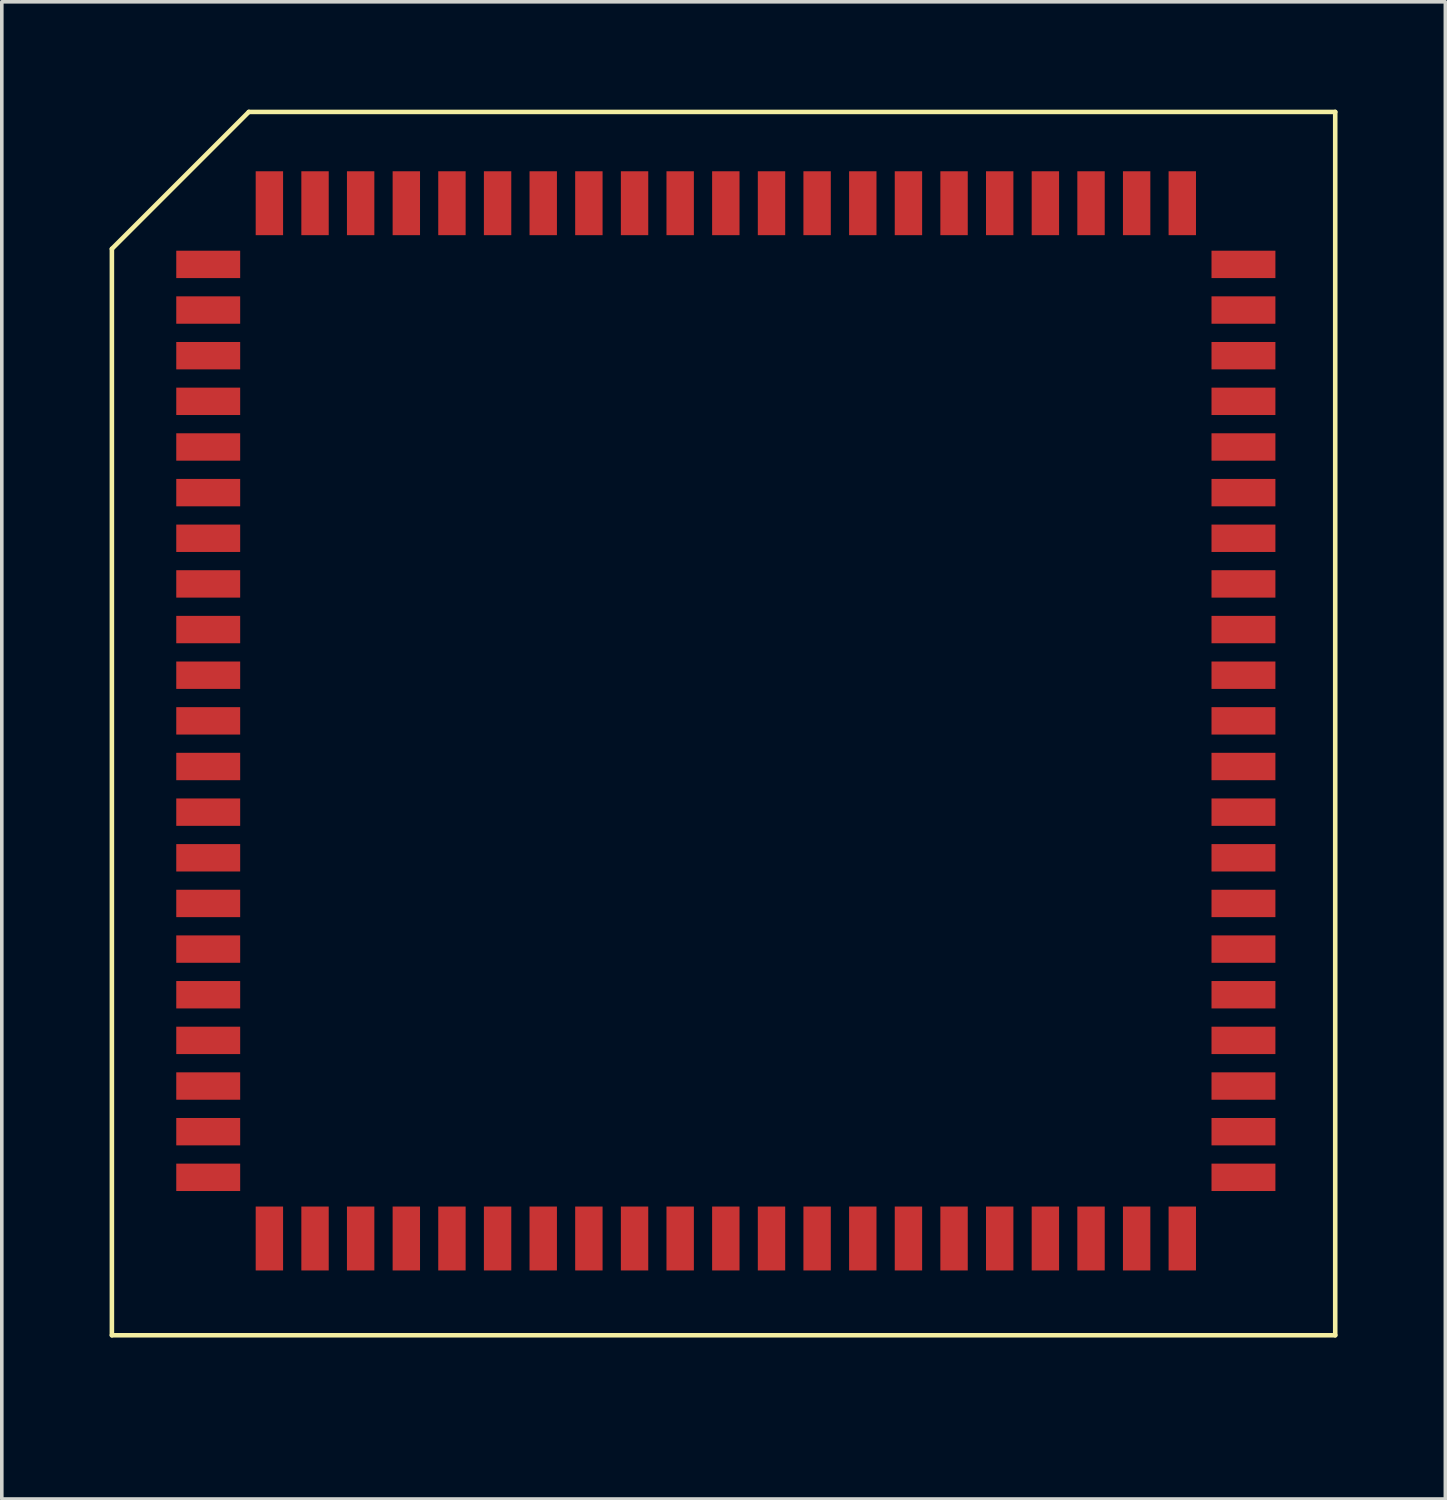
<source format=kicad_pcb>
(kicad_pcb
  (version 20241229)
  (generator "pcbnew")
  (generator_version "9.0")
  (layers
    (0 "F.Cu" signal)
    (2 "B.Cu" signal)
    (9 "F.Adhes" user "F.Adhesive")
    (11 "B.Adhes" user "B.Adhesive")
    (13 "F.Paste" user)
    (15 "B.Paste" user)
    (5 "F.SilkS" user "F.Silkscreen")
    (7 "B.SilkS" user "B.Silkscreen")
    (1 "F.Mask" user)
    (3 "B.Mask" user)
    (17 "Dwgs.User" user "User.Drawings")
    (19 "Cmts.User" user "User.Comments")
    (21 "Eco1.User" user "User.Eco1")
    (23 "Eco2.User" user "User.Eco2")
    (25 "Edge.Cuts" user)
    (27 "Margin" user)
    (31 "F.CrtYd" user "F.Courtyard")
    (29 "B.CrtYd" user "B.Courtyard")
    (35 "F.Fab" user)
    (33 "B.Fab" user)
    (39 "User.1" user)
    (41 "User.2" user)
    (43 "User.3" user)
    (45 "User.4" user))
  (footprint "JLCC84"
    (layer "F.Cu")
    (at 14.287 10.986)
    (property "Reference" "JLCC84" (at 0 0 0) (layer "Cmts.User") (effects (font (size 0.001 0.001) (thickness 0.000001))))
    (attr through_hole)
    (fp_line (start -14.224 -7.112) (end -10.414 -10.922) (stroke (width 0.127) (type solid)) (layer "F.SilkS"))
    (fp_line (start -14.224 23.114) (end -14.224 -7.112) (stroke (width 0.127) (type solid)) (layer "F.SilkS"))
    (fp_line (start -10.414 -10.922) (end 19.812 -10.922) (stroke (width 0.127) (type solid)) (layer "F.SilkS"))
    (fp_line (start 19.812 -10.922) (end 19.812 23.114) (stroke (width 0.127) (type solid)) (layer "F.SilkS"))
    (fp_line (start 19.812 23.114) (end -14.224 23.114) (stroke (width 0.127) (type solid)) (layer "F.SilkS"))
    (fp_line (start -11.798 -7.442) (end -11.798 -5.918) (stroke (width 0.127) (type solid)) (layer "F.Paste"))
    (fp_line (start -11.798 -5.918) (end -11.29 -5.918) (stroke (width 0.127) (type solid)) (layer "F.Paste"))
    (fp_line (start -11.798 -4.902) (end -11.798 -3.378) (stroke (width 0.127) (type solid)) (layer "F.Paste"))
    (fp_line (start -11.798 -3.378) (end -11.29 -3.378) (stroke (width 0.127) (type solid)) (layer "F.Paste"))
    (fp_line (start -11.798 -2.362) (end -11.798 -0.838) (stroke (width 0.127) (type solid)) (layer "F.Paste"))
    (fp_line (start -11.798 -0.838) (end -11.29 -0.838) (stroke (width 0.127) (type solid)) (layer "F.Paste"))
    (fp_line (start -11.798 0.178) (end -11.798 1.702) (stroke (width 0.127) (type solid)) (layer "F.Paste"))
    (fp_line (start -11.798 1.702) (end -11.29 1.702) (stroke (width 0.127) (type solid)) (layer "F.Paste"))
    (fp_line (start -11.798 2.718) (end -11.798 4.239) (stroke (width 0.127) (type solid)) (layer "F.Paste"))
    (fp_line (start -11.798 4.239) (end -11.29 4.239) (stroke (width 0.127) (type solid)) (layer "F.Paste"))
    (fp_line (start -11.798 5.258) (end -11.798 6.782) (stroke (width 0.127) (type solid)) (layer "F.Paste"))
    (fp_line (start -11.798 6.782) (end -11.29 6.782) (stroke (width 0.127) (type solid)) (layer "F.Paste"))
    (fp_line (start -11.798 7.798) (end -11.798 9.322) (stroke (width 0.127) (type solid)) (layer "F.Paste"))
    (fp_line (start -11.798 9.322) (end -11.29 9.322) (stroke (width 0.127) (type solid)) (layer "F.Paste"))
    (fp_line (start -11.798 10.338) (end -11.798 11.862) (stroke (width 0.127) (type solid)) (layer "F.Paste"))
    (fp_line (start -11.798 11.862) (end -11.29 11.862) (stroke (width 0.127) (type solid)) (layer "F.Paste"))
    (fp_line (start -11.798 12.878) (end -11.798 14.402) (stroke (width 0.127) (type solid)) (layer "F.Paste"))
    (fp_line (start -11.798 14.402) (end -11.29 14.402) (stroke (width 0.127) (type solid)) (layer "F.Paste"))
    (fp_line (start -11.798 15.418) (end -11.798 16.942) (stroke (width 0.127) (type solid)) (layer "F.Paste"))
    (fp_line (start -11.798 16.942) (end -11.29 16.942) (stroke (width 0.127) (type solid)) (layer "F.Paste"))
    (fp_line (start -11.798 17.958) (end -11.798 19.482) (stroke (width 0.127) (type solid)) (layer "F.Paste"))
    (fp_line (start -11.798 19.482) (end -11.29 19.482) (stroke (width 0.127) (type solid)) (layer "F.Paste"))
    (fp_line (start -11.29 -7.442) (end -11.798 -7.442) (stroke (width 0.127) (type solid)) (layer "F.Paste"))
    (fp_line (start -11.29 -5.918) (end -11.29 -7.442) (stroke (width 0.127) (type solid)) (layer "F.Paste"))
    (fp_line (start -11.29 -4.902) (end -11.798 -4.902) (stroke (width 0.127) (type solid)) (layer "F.Paste"))
    (fp_line (start -11.29 -3.378) (end -11.29 -4.902) (stroke (width 0.127) (type solid)) (layer "F.Paste"))
    (fp_line (start -11.29 -2.362) (end -11.798 -2.362) (stroke (width 0.127) (type solid)) (layer "F.Paste"))
    (fp_line (start -11.29 -0.838) (end -11.29 -2.362) (stroke (width 0.127) (type solid)) (layer "F.Paste"))
    (fp_line (start -11.29 0.178) (end -11.798 0.178) (stroke (width 0.127) (type solid)) (layer "F.Paste"))
    (fp_line (start -11.29 1.702) (end -11.29 0.178) (stroke (width 0.127) (type solid)) (layer "F.Paste"))
    (fp_line (start -11.29 2.718) (end -11.798 2.718) (stroke (width 0.127) (type solid)) (layer "F.Paste"))
    (fp_line (start -11.29 4.239) (end -11.29 2.718) (stroke (width 0.127) (type solid)) (layer "F.Paste"))
    (fp_line (start -11.29 5.258) (end -11.798 5.258) (stroke (width 0.127) (type solid)) (layer "F.Paste"))
    (fp_line (start -11.29 6.782) (end -11.29 5.258) (stroke (width 0.127) (type solid)) (layer "F.Paste"))
    (fp_line (start -11.29 7.798) (end -11.798 7.798) (stroke (width 0.127) (type solid)) (layer "F.Paste"))
    (fp_line (start -11.29 9.322) (end -11.29 7.798) (stroke (width 0.127) (type solid)) (layer "F.Paste"))
    (fp_line (start -11.29 10.338) (end -11.798 10.338) (stroke (width 0.127) (type solid)) (layer "F.Paste"))
    (fp_line (start -11.29 11.862) (end -11.29 10.338) (stroke (width 0.127) (type solid)) (layer "F.Paste"))
    (fp_line (start -11.29 12.878) (end -11.798 12.878) (stroke (width 0.127) (type solid)) (layer "F.Paste"))
    (fp_line (start -11.29 14.402) (end -11.29 12.878) (stroke (width 0.127) (type solid)) (layer "F.Paste"))
    (fp_line (start -11.29 15.418) (end -11.798 15.418) (stroke (width 0.127) (type solid)) (layer "F.Paste"))
    (fp_line (start -11.29 16.942) (end -11.29 15.418) (stroke (width 0.127) (type solid)) (layer "F.Paste"))
    (fp_line (start -11.29 17.958) (end -11.798 17.958) (stroke (width 0.127) (type solid)) (layer "F.Paste"))
    (fp_line (start -11.29 19.482) (end -11.29 17.958) (stroke (width 0.127) (type solid)) (layer "F.Paste"))
    (fp_line (start -10.097 -9.144) (end -10.097 -7.62) (stroke (width 0.127) (type solid)) (layer "F.Paste"))
    (fp_line (start -10.097 -7.62) (end -9.588 -7.62) (stroke (width 0.127) (type solid)) (layer "F.Paste"))
    (fp_line (start -10.097 19.66) (end -10.097 21.184) (stroke (width 0.127) (type solid)) (layer "F.Paste"))
    (fp_line (start -10.097 21.184) (end -9.588 21.184) (stroke (width 0.127) (type solid)) (layer "F.Paste"))
    (fp_line (start -9.588 -9.144) (end -10.097 -9.144) (stroke (width 0.127) (type solid)) (layer "F.Paste"))
    (fp_line (start -9.588 -7.62) (end -9.588 -9.144) (stroke (width 0.127) (type solid)) (layer "F.Paste"))
    (fp_line (start -9.588 19.66) (end -10.097 19.66) (stroke (width 0.127) (type solid)) (layer "F.Paste"))
    (fp_line (start -9.588 21.184) (end -9.588 19.66) (stroke (width 0.127) (type solid)) (layer "F.Paste"))
    (fp_line (start -8.826 -9.144) (end -8.826 -7.62) (stroke (width 0.127) (type solid)) (layer "F.Paste"))
    (fp_line (start -8.826 -7.62) (end -8.319 -7.62) (stroke (width 0.127) (type solid)) (layer "F.Paste"))
    (fp_line (start -8.826 19.66) (end -8.826 21.184) (stroke (width 0.127) (type solid)) (layer "F.Paste"))
    (fp_line (start -8.826 21.184) (end -8.319 21.184) (stroke (width 0.127) (type solid)) (layer "F.Paste"))
    (fp_line (start -8.319 -9.144) (end -8.826 -9.144) (stroke (width 0.127) (type solid)) (layer "F.Paste"))
    (fp_line (start -8.319 -7.62) (end -8.319 -9.144) (stroke (width 0.127) (type solid)) (layer "F.Paste"))
    (fp_line (start -8.319 19.66) (end -8.826 19.66) (stroke (width 0.127) (type solid)) (layer "F.Paste"))
    (fp_line (start -8.319 21.184) (end -8.319 19.66) (stroke (width 0.127) (type solid)) (layer "F.Paste"))
    (fp_line (start -7.556 -9.144) (end -7.556 -7.62) (stroke (width 0.127) (type solid)) (layer "F.Paste"))
    (fp_line (start -7.556 -7.62) (end -7.048 -7.62) (stroke (width 0.127) (type solid)) (layer "F.Paste"))
    (fp_line (start -7.556 19.66) (end -7.556 21.184) (stroke (width 0.127) (type solid)) (layer "F.Paste"))
    (fp_line (start -7.556 21.184) (end -7.048 21.184) (stroke (width 0.127) (type solid)) (layer "F.Paste"))
    (fp_line (start -7.048 -9.144) (end -7.556 -9.144) (stroke (width 0.127) (type solid)) (layer "F.Paste"))
    (fp_line (start -7.048 -7.62) (end -7.048 -9.144) (stroke (width 0.127) (type solid)) (layer "F.Paste"))
    (fp_line (start -7.048 19.66) (end -7.556 19.66) (stroke (width 0.127) (type solid)) (layer "F.Paste"))
    (fp_line (start -7.048 21.184) (end -7.048 19.66) (stroke (width 0.127) (type solid)) (layer "F.Paste"))
    (fp_line (start -6.287 -9.144) (end -6.287 -7.62) (stroke (width 0.127) (type solid)) (layer "F.Paste"))
    (fp_line (start -6.287 -7.62) (end -5.779 -7.62) (stroke (width 0.127) (type solid)) (layer "F.Paste"))
    (fp_line (start -6.287 19.66) (end -6.287 21.184) (stroke (width 0.127) (type solid)) (layer "F.Paste"))
    (fp_line (start -6.287 21.184) (end -5.779 21.184) (stroke (width 0.127) (type solid)) (layer "F.Paste"))
    (fp_line (start -5.779 -9.144) (end -6.287 -9.144) (stroke (width 0.127) (type solid)) (layer "F.Paste"))
    (fp_line (start -5.779 -7.62) (end -5.779 -9.144) (stroke (width 0.127) (type solid)) (layer "F.Paste"))
    (fp_line (start -5.779 19.66) (end -6.287 19.66) (stroke (width 0.127) (type solid)) (layer "F.Paste"))
    (fp_line (start -5.779 21.184) (end -5.779 19.66) (stroke (width 0.127) (type solid)) (layer "F.Paste"))
    (fp_line (start -5.016 -9.144) (end -5.016 -7.62) (stroke (width 0.127) (type solid)) (layer "F.Paste"))
    (fp_line (start -5.016 -7.62) (end -4.508 -7.62) (stroke (width 0.127) (type solid)) (layer "F.Paste"))
    (fp_line (start -5.016 19.66) (end -5.016 21.184) (stroke (width 0.127) (type solid)) (layer "F.Paste"))
    (fp_line (start -5.016 21.184) (end -4.508 21.184) (stroke (width 0.127) (type solid)) (layer "F.Paste"))
    (fp_line (start -4.508 -9.144) (end -5.016 -9.144) (stroke (width 0.127) (type solid)) (layer "F.Paste"))
    (fp_line (start -4.508 -7.62) (end -4.508 -9.144) (stroke (width 0.127) (type solid)) (layer "F.Paste"))
    (fp_line (start -4.508 19.66) (end -5.016 19.66) (stroke (width 0.127) (type solid)) (layer "F.Paste"))
    (fp_line (start -4.508 21.184) (end -4.508 19.66) (stroke (width 0.127) (type solid)) (layer "F.Paste"))
    (fp_line (start -3.747 -9.144) (end -3.747 -7.62) (stroke (width 0.127) (type solid)) (layer "F.Paste"))
    (fp_line (start -3.747 -7.62) (end -3.239 -7.62) (stroke (width 0.127) (type solid)) (layer "F.Paste"))
    (fp_line (start -3.747 19.66) (end -3.747 21.184) (stroke (width 0.127) (type solid)) (layer "F.Paste"))
    (fp_line (start -3.747 21.184) (end -3.239 21.184) (stroke (width 0.127) (type solid)) (layer "F.Paste"))
    (fp_line (start -3.239 -9.144) (end -3.747 -9.144) (stroke (width 0.127) (type solid)) (layer "F.Paste"))
    (fp_line (start -3.239 -7.62) (end -3.239 -9.144) (stroke (width 0.127) (type solid)) (layer "F.Paste"))
    (fp_line (start -3.239 19.66) (end -3.747 19.66) (stroke (width 0.127) (type solid)) (layer "F.Paste"))
    (fp_line (start -3.239 21.184) (end -3.239 19.66) (stroke (width 0.127) (type solid)) (layer "F.Paste"))
    (fp_line (start -2.477 -9.144) (end -2.477 -7.62) (stroke (width 0.127) (type solid)) (layer "F.Paste"))
    (fp_line (start -2.477 -7.62) (end -1.968 -7.62) (stroke (width 0.127) (type solid)) (layer "F.Paste"))
    (fp_line (start -2.477 19.66) (end -2.477 21.184) (stroke (width 0.127) (type solid)) (layer "F.Paste"))
    (fp_line (start -2.477 21.184) (end -1.968 21.184) (stroke (width 0.127) (type solid)) (layer "F.Paste"))
    (fp_line (start -1.968 -9.144) (end -2.477 -9.144) (stroke (width 0.127) (type solid)) (layer "F.Paste"))
    (fp_line (start -1.968 -7.62) (end -1.968 -9.144) (stroke (width 0.127) (type solid)) (layer "F.Paste"))
    (fp_line (start -1.968 19.66) (end -2.477 19.66) (stroke (width 0.127) (type solid)) (layer "F.Paste"))
    (fp_line (start -1.968 21.184) (end -1.968 19.66) (stroke (width 0.127) (type solid)) (layer "F.Paste"))
    (fp_line (start -1.206 -9.144) (end -1.206 -7.62) (stroke (width 0.127) (type solid)) (layer "F.Paste"))
    (fp_line (start -1.206 -7.62) (end -0.699 -7.62) (stroke (width 0.127) (type solid)) (layer "F.Paste"))
    (fp_line (start -1.206 19.66) (end -1.206 21.184) (stroke (width 0.127) (type solid)) (layer "F.Paste"))
    (fp_line (start -1.206 21.184) (end -0.699 21.184) (stroke (width 0.127) (type solid)) (layer "F.Paste"))
    (fp_line (start -0.699 -9.144) (end -1.206 -9.144) (stroke (width 0.127) (type solid)) (layer "F.Paste"))
    (fp_line (start -0.699 -7.62) (end -0.699 -9.144) (stroke (width 0.127) (type solid)) (layer "F.Paste"))
    (fp_line (start -0.699 19.66) (end -1.206 19.66) (stroke (width 0.127) (type solid)) (layer "F.Paste"))
    (fp_line (start -0.699 21.184) (end -0.699 19.66) (stroke (width 0.127) (type solid)) (layer "F.Paste"))
    (fp_line (start 0.064 -9.144) (end 0.064 -7.62) (stroke (width 0.127) (type solid)) (layer "F.Paste"))
    (fp_line (start 0.064 -7.62) (end 0.572 -7.62) (stroke (width 0.127) (type solid)) (layer "F.Paste"))
    (fp_line (start 0.064 19.66) (end 0.064 21.184) (stroke (width 0.127) (type solid)) (layer "F.Paste"))
    (fp_line (start 0.064 21.184) (end 0.572 21.184) (stroke (width 0.127) (type solid)) (layer "F.Paste"))
    (fp_line (start 0.572 -9.144) (end 0.064 -9.144) (stroke (width 0.127) (type solid)) (layer "F.Paste"))
    (fp_line (start 0.572 -7.62) (end 0.572 -9.144) (stroke (width 0.127) (type solid)) (layer "F.Paste"))
    (fp_line (start 0.572 19.66) (end 0.064 19.66) (stroke (width 0.127) (type solid)) (layer "F.Paste"))
    (fp_line (start 0.572 21.184) (end 0.572 19.66) (stroke (width 0.127) (type solid)) (layer "F.Paste"))
    (fp_line (start 1.333 -9.144) (end 1.333 -7.62) (stroke (width 0.127) (type solid)) (layer "F.Paste"))
    (fp_line (start 1.333 -7.62) (end 1.841 -7.62) (stroke (width 0.127) (type solid)) (layer "F.Paste"))
    (fp_line (start 1.333 19.66) (end 1.333 21.184) (stroke (width 0.127) (type solid)) (layer "F.Paste"))
    (fp_line (start 1.333 21.184) (end 1.841 21.184) (stroke (width 0.127) (type solid)) (layer "F.Paste"))
    (fp_line (start 1.841 -9.144) (end 1.333 -9.144) (stroke (width 0.127) (type solid)) (layer "F.Paste"))
    (fp_line (start 1.841 -7.62) (end 1.841 -9.144) (stroke (width 0.127) (type solid)) (layer "F.Paste"))
    (fp_line (start 1.841 19.66) (end 1.333 19.66) (stroke (width 0.127) (type solid)) (layer "F.Paste"))
    (fp_line (start 1.841 21.184) (end 1.841 19.66) (stroke (width 0.127) (type solid)) (layer "F.Paste"))
    (fp_line (start 2.603 -9.144) (end 2.603 -7.62) (stroke (width 0.127) (type solid)) (layer "F.Paste"))
    (fp_line (start 2.603 -7.62) (end 3.111 -7.62) (stroke (width 0.127) (type solid)) (layer "F.Paste"))
    (fp_line (start 2.603 19.66) (end 2.603 21.184) (stroke (width 0.127) (type solid)) (layer "F.Paste"))
    (fp_line (start 2.603 21.184) (end 3.111 21.184) (stroke (width 0.127) (type solid)) (layer "F.Paste"))
    (fp_line (start 3.111 -9.144) (end 2.603 -9.144) (stroke (width 0.127) (type solid)) (layer "F.Paste"))
    (fp_line (start 3.111 -7.62) (end 3.111 -9.144) (stroke (width 0.127) (type solid)) (layer "F.Paste"))
    (fp_line (start 3.111 19.66) (end 2.603 19.66) (stroke (width 0.127) (type solid)) (layer "F.Paste"))
    (fp_line (start 3.111 21.184) (end 3.111 19.66) (stroke (width 0.127) (type solid)) (layer "F.Paste"))
    (fp_line (start 3.873 -9.144) (end 3.873 -7.62) (stroke (width 0.127) (type solid)) (layer "F.Paste"))
    (fp_line (start 3.873 -7.62) (end 4.381 -7.62) (stroke (width 0.127) (type solid)) (layer "F.Paste"))
    (fp_line (start 3.873 19.66) (end 3.873 21.184) (stroke (width 0.127) (type solid)) (layer "F.Paste"))
    (fp_line (start 3.873 21.184) (end 4.381 21.184) (stroke (width 0.127) (type solid)) (layer "F.Paste"))
    (fp_line (start 4.381 -9.144) (end 3.873 -9.144) (stroke (width 0.127) (type solid)) (layer "F.Paste"))
    (fp_line (start 4.381 -7.62) (end 4.381 -9.144) (stroke (width 0.127) (type solid)) (layer "F.Paste"))
    (fp_line (start 4.381 19.66) (end 3.873 19.66) (stroke (width 0.127) (type solid)) (layer "F.Paste"))
    (fp_line (start 4.381 21.184) (end 4.381 19.66) (stroke (width 0.127) (type solid)) (layer "F.Paste"))
    (fp_line (start 5.144 -9.144) (end 5.144 -7.62) (stroke (width 0.127) (type solid)) (layer "F.Paste"))
    (fp_line (start 5.144 -7.62) (end 5.652 -7.62) (stroke (width 0.127) (type solid)) (layer "F.Paste"))
    (fp_line (start 5.144 19.66) (end 5.144 21.184) (stroke (width 0.127) (type solid)) (layer "F.Paste"))
    (fp_line (start 5.144 21.184) (end 5.652 21.184) (stroke (width 0.127) (type solid)) (layer "F.Paste"))
    (fp_line (start 5.652 -9.144) (end 5.144 -9.144) (stroke (width 0.127) (type solid)) (layer "F.Paste"))
    (fp_line (start 5.652 -7.62) (end 5.652 -9.144) (stroke (width 0.127) (type solid)) (layer "F.Paste"))
    (fp_line (start 5.652 19.66) (end 5.144 19.66) (stroke (width 0.127) (type solid)) (layer "F.Paste"))
    (fp_line (start 5.652 21.184) (end 5.652 19.66) (stroke (width 0.127) (type solid)) (layer "F.Paste"))
    (fp_line (start 6.413 -9.144) (end 6.413 -7.62) (stroke (width 0.127) (type solid)) (layer "F.Paste"))
    (fp_line (start 6.413 -7.62) (end 6.921 -7.62) (stroke (width 0.127) (type solid)) (layer "F.Paste"))
    (fp_line (start 6.413 19.66) (end 6.413 21.184) (stroke (width 0.127) (type solid)) (layer "F.Paste"))
    (fp_line (start 6.413 21.184) (end 6.921 21.184) (stroke (width 0.127) (type solid)) (layer "F.Paste"))
    (fp_line (start 6.921 -9.144) (end 6.413 -9.144) (stroke (width 0.127) (type solid)) (layer "F.Paste"))
    (fp_line (start 6.921 -7.62) (end 6.921 -9.144) (stroke (width 0.127) (type solid)) (layer "F.Paste"))
    (fp_line (start 6.921 19.66) (end 6.413 19.66) (stroke (width 0.127) (type solid)) (layer "F.Paste"))
    (fp_line (start 6.921 21.184) (end 6.921 19.66) (stroke (width 0.127) (type solid)) (layer "F.Paste"))
    (fp_line (start 7.684 -9.144) (end 7.684 -7.62) (stroke (width 0.127) (type solid)) (layer "F.Paste"))
    (fp_line (start 7.684 -7.62) (end 8.191 -7.62) (stroke (width 0.127) (type solid)) (layer "F.Paste"))
    (fp_line (start 7.684 19.66) (end 7.684 21.184) (stroke (width 0.127) (type solid)) (layer "F.Paste"))
    (fp_line (start 7.684 21.184) (end 8.191 21.184) (stroke (width 0.127) (type solid)) (layer "F.Paste"))
    (fp_line (start 8.191 -9.144) (end 7.684 -9.144) (stroke (width 0.127) (type solid)) (layer "F.Paste"))
    (fp_line (start 8.191 -7.62) (end 8.191 -9.144) (stroke (width 0.127) (type solid)) (layer "F.Paste"))
    (fp_line (start 8.191 19.66) (end 7.684 19.66) (stroke (width 0.127) (type solid)) (layer "F.Paste"))
    (fp_line (start 8.191 21.184) (end 8.191 19.66) (stroke (width 0.127) (type solid)) (layer "F.Paste"))
    (fp_line (start 8.954 -9.144) (end 8.954 -7.62) (stroke (width 0.127) (type solid)) (layer "F.Paste"))
    (fp_line (start 8.954 -7.62) (end 9.459 -7.62) (stroke (width 0.127) (type solid)) (layer "F.Paste"))
    (fp_line (start 8.954 19.66) (end 8.954 21.184) (stroke (width 0.127) (type solid)) (layer "F.Paste"))
    (fp_line (start 8.954 21.184) (end 9.459 21.184) (stroke (width 0.127) (type solid)) (layer "F.Paste"))
    (fp_line (start 9.459 -9.144) (end 8.954 -9.144) (stroke (width 0.127) (type solid)) (layer "F.Paste"))
    (fp_line (start 9.459 -7.62) (end 9.459 -9.144) (stroke (width 0.127) (type solid)) (layer "F.Paste"))
    (fp_line (start 9.459 19.66) (end 8.954 19.66) (stroke (width 0.127) (type solid)) (layer "F.Paste"))
    (fp_line (start 9.459 21.184) (end 9.459 19.66) (stroke (width 0.127) (type solid)) (layer "F.Paste"))
    (fp_line (start 10.223 -9.144) (end 10.223 -7.62) (stroke (width 0.127) (type solid)) (layer "F.Paste"))
    (fp_line (start 10.223 -7.62) (end 10.732 -7.62) (stroke (width 0.127) (type solid)) (layer "F.Paste"))
    (fp_line (start 10.223 19.66) (end 10.223 21.184) (stroke (width 0.127) (type solid)) (layer "F.Paste"))
    (fp_line (start 10.223 21.184) (end 10.732 21.184) (stroke (width 0.127) (type solid)) (layer "F.Paste"))
    (fp_line (start 10.732 -9.144) (end 10.223 -9.144) (stroke (width 0.127) (type solid)) (layer "F.Paste"))
    (fp_line (start 10.732 -7.62) (end 10.732 -9.144) (stroke (width 0.127) (type solid)) (layer "F.Paste"))
    (fp_line (start 10.732 19.66) (end 10.223 19.66) (stroke (width 0.127) (type solid)) (layer "F.Paste"))
    (fp_line (start 10.732 21.184) (end 10.732 19.66) (stroke (width 0.127) (type solid)) (layer "F.Paste"))
    (fp_line (start 11.493 -9.144) (end 11.493 -7.62) (stroke (width 0.127) (type solid)) (layer "F.Paste"))
    (fp_line (start 11.493 -7.62) (end 12.002 -7.62) (stroke (width 0.127) (type solid)) (layer "F.Paste"))
    (fp_line (start 11.493 19.66) (end 11.493 21.184) (stroke (width 0.127) (type solid)) (layer "F.Paste"))
    (fp_line (start 11.493 21.184) (end 12.002 21.184) (stroke (width 0.127) (type solid)) (layer "F.Paste"))
    (fp_line (start 12.002 -9.144) (end 11.493 -9.144) (stroke (width 0.127) (type solid)) (layer "F.Paste"))
    (fp_line (start 12.002 -7.62) (end 12.002 -9.144) (stroke (width 0.127) (type solid)) (layer "F.Paste"))
    (fp_line (start 12.002 19.66) (end 11.493 19.66) (stroke (width 0.127) (type solid)) (layer "F.Paste"))
    (fp_line (start 12.002 21.184) (end 12.002 19.66) (stroke (width 0.127) (type solid)) (layer "F.Paste"))
    (fp_line (start 12.764 -9.144) (end 12.764 -7.62) (stroke (width 0.127) (type solid)) (layer "F.Paste"))
    (fp_line (start 12.764 -7.62) (end 13.271 -7.62) (stroke (width 0.127) (type solid)) (layer "F.Paste"))
    (fp_line (start 12.764 19.66) (end 12.764 21.184) (stroke (width 0.127) (type solid)) (layer "F.Paste"))
    (fp_line (start 12.764 21.184) (end 13.271 21.184) (stroke (width 0.127) (type solid)) (layer "F.Paste"))
    (fp_line (start 13.271 -9.144) (end 12.764 -9.144) (stroke (width 0.127) (type solid)) (layer "F.Paste"))
    (fp_line (start 13.271 -7.62) (end 13.271 -9.144) (stroke (width 0.127) (type solid)) (layer "F.Paste"))
    (fp_line (start 13.271 19.66) (end 12.764 19.66) (stroke (width 0.127) (type solid)) (layer "F.Paste"))
    (fp_line (start 13.271 21.184) (end 13.271 19.66) (stroke (width 0.127) (type solid)) (layer "F.Paste"))
    (fp_line (start 14.034 -9.144) (end 14.034 -7.62) (stroke (width 0.127) (type solid)) (layer "F.Paste"))
    (fp_line (start 14.034 -7.62) (end 14.541 -7.62) (stroke (width 0.127) (type solid)) (layer "F.Paste"))
    (fp_line (start 14.034 19.66) (end 14.034 21.184) (stroke (width 0.127) (type solid)) (layer "F.Paste"))
    (fp_line (start 14.034 21.184) (end 14.541 21.184) (stroke (width 0.127) (type solid)) (layer "F.Paste"))
    (fp_line (start 14.541 -9.144) (end 14.034 -9.144) (stroke (width 0.127) (type solid)) (layer "F.Paste"))
    (fp_line (start 14.541 -7.62) (end 14.541 -9.144) (stroke (width 0.127) (type solid)) (layer "F.Paste"))
    (fp_line (start 14.541 19.66) (end 14.034 19.66) (stroke (width 0.127) (type solid)) (layer "F.Paste"))
    (fp_line (start 14.541 21.184) (end 14.541 19.66) (stroke (width 0.127) (type solid)) (layer "F.Paste"))
    (fp_line (start 15.303 -9.144) (end 15.303 -7.62) (stroke (width 0.127) (type solid)) (layer "F.Paste"))
    (fp_line (start 15.303 -7.62) (end 15.812 -7.62) (stroke (width 0.127) (type solid)) (layer "F.Paste"))
    (fp_line (start 15.303 19.66) (end 15.303 21.184) (stroke (width 0.127) (type solid)) (layer "F.Paste"))
    (fp_line (start 15.303 21.184) (end 15.812 21.184) (stroke (width 0.127) (type solid)) (layer "F.Paste"))
    (fp_line (start 15.812 -9.144) (end 15.303 -9.144) (stroke (width 0.127) (type solid)) (layer "F.Paste"))
    (fp_line (start 15.812 -7.62) (end 15.812 -9.144) (stroke (width 0.127) (type solid)) (layer "F.Paste"))
    (fp_line (start 15.812 19.66) (end 15.303 19.66) (stroke (width 0.127) (type solid)) (layer "F.Paste"))
    (fp_line (start 15.812 21.184) (end 15.812 19.66) (stroke (width 0.127) (type solid)) (layer "F.Paste"))
    (fp_line (start 17.003 -7.442) (end 17.003 -5.918) (stroke (width 0.127) (type solid)) (layer "F.Paste"))
    (fp_line (start 17.003 -6.172) (end 17.003 -4.648) (stroke (width 0.127) (type solid)) (layer "F.Paste"))
    (fp_line (start 17.003 -5.918) (end 17.513 -5.918) (stroke (width 0.127) (type solid)) (layer "F.Paste"))
    (fp_line (start 17.003 -4.902) (end 17.003 -3.378) (stroke (width 0.127) (type solid)) (layer "F.Paste"))
    (fp_line (start 17.003 -4.648) (end 17.513 -4.648) (stroke (width 0.127) (type solid)) (layer "F.Paste"))
    (fp_line (start 17.003 -3.632) (end 17.003 -2.108) (stroke (width 0.127) (type solid)) (layer "F.Paste"))
    (fp_line (start 17.003 -3.378) (end 17.513 -3.378) (stroke (width 0.127) (type solid)) (layer "F.Paste"))
    (fp_line (start 17.003 -2.362) (end 17.003 -0.838) (stroke (width 0.127) (type solid)) (layer "F.Paste"))
    (fp_line (start 17.003 -2.108) (end 17.513 -2.108) (stroke (width 0.127) (type solid)) (layer "F.Paste"))
    (fp_line (start 17.003 -1.092) (end 17.003 0.432) (stroke (width 0.127) (type solid)) (layer "F.Paste"))
    (fp_line (start 17.003 -0.838) (end 17.513 -0.838) (stroke (width 0.127) (type solid)) (layer "F.Paste"))
    (fp_line (start 17.003 0.178) (end 17.003 1.702) (stroke (width 0.127) (type solid)) (layer "F.Paste"))
    (fp_line (start 17.003 0.432) (end 17.513 0.432) (stroke (width 0.127) (type solid)) (layer "F.Paste"))
    (fp_line (start 17.003 1.448) (end 17.003 2.972) (stroke (width 0.127) (type solid)) (layer "F.Paste"))
    (fp_line (start 17.003 1.702) (end 17.513 1.702) (stroke (width 0.127) (type solid)) (layer "F.Paste"))
    (fp_line (start 17.003 2.718) (end 17.003 4.239) (stroke (width 0.127) (type solid)) (layer "F.Paste"))
    (fp_line (start 17.003 2.972) (end 17.513 2.972) (stroke (width 0.127) (type solid)) (layer "F.Paste"))
    (fp_line (start 17.003 3.988) (end 17.003 5.512) (stroke (width 0.127) (type solid)) (layer "F.Paste"))
    (fp_line (start 17.003 4.239) (end 17.513 4.239) (stroke (width 0.127) (type solid)) (layer "F.Paste"))
    (fp_line (start 17.003 5.258) (end 17.003 6.782) (stroke (width 0.127) (type solid)) (layer "F.Paste"))
    (fp_line (start 17.003 5.512) (end 17.513 5.512) (stroke (width 0.127) (type solid)) (layer "F.Paste"))
    (fp_line (start 17.003 6.528) (end 17.003 8.052) (stroke (width 0.127) (type solid)) (layer "F.Paste"))
    (fp_line (start 17.003 6.782) (end 17.513 6.782) (stroke (width 0.127) (type solid)) (layer "F.Paste"))
    (fp_line (start 17.003 7.798) (end 17.003 9.322) (stroke (width 0.127) (type solid)) (layer "F.Paste"))
    (fp_line (start 17.003 8.052) (end 17.513 8.052) (stroke (width 0.127) (type solid)) (layer "F.Paste"))
    (fp_line (start 17.003 9.068) (end 17.003 10.592) (stroke (width 0.127) (type solid)) (layer "F.Paste"))
    (fp_line (start 17.003 9.322) (end 17.513 9.322) (stroke (width 0.127) (type solid)) (layer "F.Paste"))
    (fp_line (start 17.003 10.338) (end 17.003 11.862) (stroke (width 0.127) (type solid)) (layer "F.Paste"))
    (fp_line (start 17.003 10.592) (end 17.513 10.592) (stroke (width 0.127) (type solid)) (layer "F.Paste"))
    (fp_line (start 17.003 11.608) (end 17.003 13.132) (stroke (width 0.127) (type solid)) (layer "F.Paste"))
    (fp_line (start 17.003 11.862) (end 17.513 11.862) (stroke (width 0.127) (type solid)) (layer "F.Paste"))
    (fp_line (start 17.003 12.878) (end 17.003 14.402) (stroke (width 0.127) (type solid)) (layer "F.Paste"))
    (fp_line (start 17.003 13.132) (end 17.513 13.132) (stroke (width 0.127) (type solid)) (layer "F.Paste"))
    (fp_line (start 17.003 14.148) (end 17.003 15.672) (stroke (width 0.127) (type solid)) (layer "F.Paste"))
    (fp_line (start 17.003 14.402) (end 17.513 14.402) (stroke (width 0.127) (type solid)) (layer "F.Paste"))
    (fp_line (start 17.003 15.418) (end 17.003 16.942) (stroke (width 0.127) (type solid)) (layer "F.Paste"))
    (fp_line (start 17.003 15.672) (end 17.513 15.672) (stroke (width 0.127) (type solid)) (layer "F.Paste"))
    (fp_line (start 17.003 16.688) (end 17.003 18.212) (stroke (width 0.127) (type solid)) (layer "F.Paste"))
    (fp_line (start 17.003 16.942) (end 17.513 16.942) (stroke (width 0.127) (type solid)) (layer "F.Paste"))
    (fp_line (start 17.003 17.958) (end 17.003 19.482) (stroke (width 0.127) (type solid)) (layer "F.Paste"))
    (fp_line (start 17.003 18.212) (end 17.513 18.212) (stroke (width 0.127) (type solid)) (layer "F.Paste"))
    (fp_line (start 17.003 19.482) (end 17.513 19.482) (stroke (width 0.127) (type solid)) (layer "F.Paste"))
    (fp_line (start 17.513 -7.442) (end 17.003 -7.442) (stroke (width 0.127) (type solid)) (layer "F.Paste"))
    (fp_line (start 17.513 -6.172) (end 17.003 -6.172) (stroke (width 0.127) (type solid)) (layer "F.Paste"))
    (fp_line (start 17.513 -5.918) (end 17.513 -7.442) (stroke (width 0.127) (type solid)) (layer "F.Paste"))
    (fp_line (start 17.513 -4.902) (end 17.003 -4.902) (stroke (width 0.127) (type solid)) (layer "F.Paste"))
    (fp_line (start 17.513 -4.648) (end 17.513 -6.172) (stroke (width 0.127) (type solid)) (layer "F.Paste"))
    (fp_line (start 17.513 -3.632) (end 17.003 -3.632) (stroke (width 0.127) (type solid)) (layer "F.Paste"))
    (fp_line (start 17.513 -3.378) (end 17.513 -4.902) (stroke (width 0.127) (type solid)) (layer "F.Paste"))
    (fp_line (start 17.513 -2.362) (end 17.003 -2.362) (stroke (width 0.127) (type solid)) (layer "F.Paste"))
    (fp_line (start 17.513 -2.108) (end 17.513 -3.632) (stroke (width 0.127) (type solid)) (layer "F.Paste"))
    (fp_line (start 17.513 -1.092) (end 17.003 -1.092) (stroke (width 0.127) (type solid)) (layer "F.Paste"))
    (fp_line (start 17.513 -0.838) (end 17.513 -2.362) (stroke (width 0.127) (type solid)) (layer "F.Paste"))
    (fp_line (start 17.513 0.178) (end 17.003 0.178) (stroke (width 0.127) (type solid)) (layer "F.Paste"))
    (fp_line (start 17.513 0.432) (end 17.513 -1.092) (stroke (width 0.127) (type solid)) (layer "F.Paste"))
    (fp_line (start 17.513 1.448) (end 17.003 1.448) (stroke (width 0.127) (type solid)) (layer "F.Paste"))
    (fp_line (start 17.513 1.702) (end 17.513 0.178) (stroke (width 0.127) (type solid)) (layer "F.Paste"))
    (fp_line (start 17.513 2.718) (end 17.003 2.718) (stroke (width 0.127) (type solid)) (layer "F.Paste"))
    (fp_line (start 17.513 2.972) (end 17.513 1.448) (stroke (width 0.127) (type solid)) (layer "F.Paste"))
    (fp_line (start 17.513 3.988) (end 17.003 3.988) (stroke (width 0.127) (type solid)) (layer "F.Paste"))
    (fp_line (start 17.513 4.239) (end 17.513 2.718) (stroke (width 0.127) (type solid)) (layer "F.Paste"))
    (fp_line (start 17.513 5.258) (end 17.003 5.258) (stroke (width 0.127) (type solid)) (layer "F.Paste"))
    (fp_line (start 17.513 5.512) (end 17.513 3.988) (stroke (width 0.127) (type solid)) (layer "F.Paste"))
    (fp_line (start 17.513 6.528) (end 17.003 6.528) (stroke (width 0.127) (type solid)) (layer "F.Paste"))
    (fp_line (start 17.513 6.782) (end 17.513 5.258) (stroke (width 0.127) (type solid)) (layer "F.Paste"))
    (fp_line (start 17.513 7.798) (end 17.003 7.798) (stroke (width 0.127) (type solid)) (layer "F.Paste"))
    (fp_line (start 17.513 8.052) (end 17.513 6.528) (stroke (width 0.127) (type solid)) (layer "F.Paste"))
    (fp_line (start 17.513 9.068) (end 17.003 9.068) (stroke (width 0.127) (type solid)) (layer "F.Paste"))
    (fp_line (start 17.513 9.322) (end 17.513 7.798) (stroke (width 0.127) (type solid)) (layer "F.Paste"))
    (fp_line (start 17.513 10.338) (end 17.003 10.338) (stroke (width 0.127) (type solid)) (layer "F.Paste"))
    (fp_line (start 17.513 10.592) (end 17.513 9.068) (stroke (width 0.127) (type solid)) (layer "F.Paste"))
    (fp_line (start 17.513 11.608) (end 17.003 11.608) (stroke (width 0.127) (type solid)) (layer "F.Paste"))
    (fp_line (start 17.513 11.862) (end 17.513 10.338) (stroke (width 0.127) (type solid)) (layer "F.Paste"))
    (fp_line (start 17.513 12.878) (end 17.003 12.878) (stroke (width 0.127) (type solid)) (layer "F.Paste"))
    (fp_line (start 17.513 13.132) (end 17.513 11.608) (stroke (width 0.127) (type solid)) (layer "F.Paste"))
    (fp_line (start 17.513 14.148) (end 17.003 14.148) (stroke (width 0.127) (type solid)) (layer "F.Paste"))
    (fp_line (start 17.513 14.402) (end 17.513 12.878) (stroke (width 0.127) (type solid)) (layer "F.Paste"))
    (fp_line (start 17.513 15.418) (end 17.003 15.418) (stroke (width 0.127) (type solid)) (layer "F.Paste"))
    (fp_line (start 17.513 15.672) (end 17.513 14.148) (stroke (width 0.127) (type solid)) (layer "F.Paste"))
    (fp_line (start 17.513 16.688) (end 17.003 16.688) (stroke (width 0.127) (type solid)) (layer "F.Paste"))
    (fp_line (start 17.513 16.942) (end 17.513 15.418) (stroke (width 0.127) (type solid)) (layer "F.Paste"))
    (fp_line (start 17.513 17.958) (end 17.003 17.958) (stroke (width 0.127) (type solid)) (layer "F.Paste"))
    (fp_line (start 17.513 18.212) (end 17.513 16.688) (stroke (width 0.127) (type solid)) (layer "F.Paste"))
    (fp_line (start 17.513 19.482) (end 17.513 17.958) (stroke (width 0.127) (type solid)) (layer "F.Paste"))
    (fp_text user ">value" (at 4.826 23.749 0) (layer "Eco1.User") (effects (font (size 1.27 1.27) (thickness 0.102))))
    (fp_text user ">name" (at 2.54 -9.271 0) (layer "Eco1.User") (effects (font (size 1.27 1.27) (thickness 0.102))))
    (pad "P$1" smd rect (at -11.544 6.02 90) (size 0.762 1.778) (layers "F.Cu" "F.Mask" "F.Paste"))
    (pad "P$2" smd rect (at -11.544 7.29 90) (size 0.762 1.778) (layers "F.Cu" "F.Mask" "F.Paste"))
    (pad "P$3" smd rect (at -11.544 8.56 90) (size 0.762 1.778) (layers "F.Cu" "F.Mask" "F.Paste"))
    (pad "P$4" smd rect (at -11.544 9.83 90) (size 0.762 1.778) (layers "F.Cu" "F.Mask" "F.Paste"))
    (pad "P$5" smd rect (at -11.544 11.1 90) (size 0.762 1.778) (layers "F.Cu" "F.Mask" "F.Paste"))
    (pad "P$6" smd rect (at -11.544 12.37 90) (size 0.762 1.778) (layers "F.Cu" "F.Mask" "F.Paste"))
    (pad "P$7" smd rect (at -11.544 13.64 90) (size 0.762 1.778) (layers "F.Cu" "F.Mask" "F.Paste"))
    (pad "P$8" smd rect (at -11.544 14.91 90) (size 0.762 1.778) (layers "F.Cu" "F.Mask" "F.Paste"))
    (pad "P$9" smd rect (at -11.544 16.18 90) (size 0.762 1.778) (layers "F.Cu" "F.Mask" "F.Paste"))
    (pad "P$10" smd rect (at -11.544 17.45 90) (size 0.762 1.778) (layers "F.Cu" "F.Mask" "F.Paste"))
    (pad "P$11" smd rect (at -11.544 18.72 90) (size 0.762 1.778) (layers "F.Cu" "F.Mask" "F.Paste"))
    (pad "P$12" smd rect (at -9.842 20.422 180) (size 0.762 1.778) (layers "F.Cu" "F.Mask" "F.Paste"))
    (pad "P$13" smd rect (at -8.572 20.422 180) (size 0.762 1.778) (layers "F.Cu" "F.Mask" "F.Paste"))
    (pad "P$14" smd rect (at -7.303 20.422 180) (size 0.762 1.778) (layers "F.Cu" "F.Mask" "F.Paste"))
    (pad "P$15" smd rect (at -6.032 20.422 180) (size 0.762 1.778) (layers "F.Cu" "F.Mask" "F.Paste"))
    (pad "P$16" smd rect (at -4.763 20.422 180) (size 0.762 1.778) (layers "F.Cu" "F.Mask" "F.Paste"))
    (pad "P$17" smd rect (at -3.493 20.422 180) (size 0.762 1.778) (layers "F.Cu" "F.Mask" "F.Paste"))
    (pad "P$18" smd rect (at -2.223 20.422 180) (size 0.762 1.778) (layers "F.Cu" "F.Mask" "F.Paste"))
    (pad "P$19" smd rect (at -0.953 20.422 180) (size 0.762 1.778) (layers "F.Cu" "F.Mask" "F.Paste"))
    (pad "P$20" smd rect (at 0.318 20.422 180) (size 0.762 1.778) (layers "F.Cu" "F.Mask" "F.Paste"))
    (pad "P$21" smd rect (at 1.587 20.422 180) (size 0.762 1.778) (layers "F.Cu" "F.Mask" "F.Paste"))
    (pad "P$22" smd rect (at 2.857 20.422 180) (size 0.762 1.778) (layers "F.Cu" "F.Mask" "F.Paste"))
    (pad "P$23" smd rect (at 4.128 20.422 180) (size 0.762 1.778) (layers "F.Cu" "F.Mask" "F.Paste"))
    (pad "P$24" smd rect (at 5.397 20.422 180) (size 0.762 1.778) (layers "F.Cu" "F.Mask" "F.Paste"))
    (pad "P$25" smd rect (at 6.668 20.422 180) (size 0.762 1.778) (layers "F.Cu" "F.Mask" "F.Paste"))
    (pad "P$26" smd rect (at 7.938 20.422 180) (size 0.762 1.778) (layers "F.Cu" "F.Mask" "F.Paste"))
    (pad "P$27" smd rect (at 9.207 20.422 180) (size 0.762 1.778) (layers "F.Cu" "F.Mask" "F.Paste"))
    (pad "P$28" smd rect (at 10.477 20.422 180) (size 0.762 1.778) (layers "F.Cu" "F.Mask" "F.Paste"))
    (pad "P$29" smd rect (at 11.748 20.422 180) (size 0.762 1.778) (layers "F.Cu" "F.Mask" "F.Paste"))
    (pad "P$30" smd rect (at 13.018 20.422 180) (size 0.762 1.778) (layers "F.Cu" "F.Mask" "F.Paste"))
    (pad "P$31" smd rect (at 14.287 20.422 180) (size 0.762 1.778) (layers "F.Cu" "F.Mask" "F.Paste"))
    (pad "P$32" smd rect (at 15.557 20.422 180) (size 0.762 1.778) (layers "F.Cu" "F.Mask" "F.Paste"))
    (pad "P$33" smd rect (at 17.259 18.72 90) (size 0.762 1.778) (layers "F.Cu" "F.Mask" "F.Paste"))
    (pad "P$34" smd rect (at 17.259 17.45 90) (size 0.762 1.778) (layers "F.Cu" "F.Mask" "F.Paste"))
    (pad "P$35" smd rect (at 17.259 16.18 90) (size 0.762 1.778) (layers "F.Cu" "F.Mask" "F.Paste"))
    (pad "P$36" smd rect (at 17.259 14.91 90) (size 0.762 1.778) (layers "F.Cu" "F.Mask" "F.Paste"))
    (pad "P$37" smd rect (at 17.259 13.64 90) (size 0.762 1.778) (layers "F.Cu" "F.Mask" "F.Paste"))
    (pad "P$38" smd rect (at 17.259 12.37 90) (size 0.762 1.778) (layers "F.Cu" "F.Mask" "F.Paste"))
    (pad "P$39" smd rect (at 17.259 11.1 90) (size 0.762 1.778) (layers "F.Cu" "F.Mask" "F.Paste"))
    (pad "P$40" smd rect (at 17.259 9.83 90) (size 0.762 1.778) (layers "F.Cu" "F.Mask" "F.Paste"))
    (pad "P$41" smd rect (at 17.259 8.56 90) (size 0.762 1.778) (layers "F.Cu" "F.Mask" "F.Paste"))
    (pad "P$42" smd rect (at 17.259 7.29 90) (size 0.762 1.778) (layers "F.Cu" "F.Mask" "F.Paste"))
    (pad "P$43" smd rect (at 17.259 6.02 90) (size 0.762 1.778) (layers "F.Cu" "F.Mask" "F.Paste"))
    (pad "P$44" smd rect (at 17.259 4.75 90) (size 0.762 1.778) (layers "F.Cu" "F.Mask" "F.Paste"))
    (pad "P$45" smd rect (at 17.259 3.48 90) (size 0.762 1.778) (layers "F.Cu" "F.Mask" "F.Paste"))
    (pad "P$46" smd rect (at 17.259 2.21 90) (size 0.762 1.778) (layers "F.Cu" "F.Mask" "F.Paste"))
    (pad "P$47" smd rect (at 17.259 0.94 90) (size 0.762 1.778) (layers "F.Cu" "F.Mask" "F.Paste"))
    (pad "P$48" smd rect (at 17.259 -0.33 90) (size 0.762 1.778) (layers "F.Cu" "F.Mask" "F.Paste"))
    (pad "P$49" smd rect (at 17.259 -1.6 90) (size 0.762 1.778) (layers "F.Cu" "F.Mask" "F.Paste"))
    (pad "P$50" smd rect (at 17.259 -2.87 90) (size 0.762 1.778) (layers "F.Cu" "F.Mask" "F.Paste"))
    (pad "P$51" smd rect (at 17.259 -4.14 90) (size 0.762 1.778) (layers "F.Cu" "F.Mask" "F.Paste"))
    (pad "P$52" smd rect (at 17.259 -5.41 90) (size 0.762 1.778) (layers "F.Cu" "F.Mask" "F.Paste"))
    (pad "P$53" smd rect (at 17.259 -6.68 90) (size 0.762 1.778) (layers "F.Cu" "F.Mask" "F.Paste"))
    (pad "P$54" smd rect (at 15.557 -8.382 180) (size 0.762 1.778) (layers "F.Cu" "F.Mask" "F.Paste"))
    (pad "P$55" smd rect (at 14.287 -8.382 180) (size 0.762 1.778) (layers "F.Cu" "F.Mask" "F.Paste"))
    (pad "P$56" smd rect (at 13.018 -8.382 180) (size 0.762 1.778) (layers "F.Cu" "F.Mask" "F.Paste"))
    (pad "P$57" smd rect (at 11.748 -8.382 180) (size 0.762 1.778) (layers "F.Cu" "F.Mask" "F.Paste"))
    (pad "P$58" smd rect (at 10.477 -8.382 180) (size 0.762 1.778) (layers "F.Cu" "F.Mask" "F.Paste"))
    (pad "P$59" smd rect (at 9.207 -8.382 180) (size 0.762 1.778) (layers "F.Cu" "F.Mask" "F.Paste"))
    (pad "P$60" smd rect (at 7.938 -8.382 180) (size 0.762 1.778) (layers "F.Cu" "F.Mask" "F.Paste"))
    (pad "P$61" smd rect (at 6.668 -8.382 180) (size 0.762 1.778) (layers "F.Cu" "F.Mask" "F.Paste"))
    (pad "P$62" smd rect (at 5.397 -8.382 180) (size 0.762 1.778) (layers "F.Cu" "F.Mask" "F.Paste"))
    (pad "P$63" smd rect (at 4.128 -8.382 180) (size 0.762 1.778) (layers "F.Cu" "F.Mask" "F.Paste"))
    (pad "P$64" smd rect (at 2.857 -8.382 180) (size 0.762 1.778) (layers "F.Cu" "F.Mask" "F.Paste"))
    (pad "P$65" smd rect (at 1.587 -8.382 180) (size 0.762 1.778) (layers "F.Cu" "F.Mask" "F.Paste"))
    (pad "P$66" smd rect (at 0.318 -8.382 180) (size 0.762 1.778) (layers "F.Cu" "F.Mask" "F.Paste"))
    (pad "P$67" smd rect (at -0.953 -8.382 180) (size 0.762 1.778) (layers "F.Cu" "F.Mask" "F.Paste"))
    (pad "P$68" smd rect (at -2.223 -8.382 180) (size 0.762 1.778) (layers "F.Cu" "F.Mask" "F.Paste"))
    (pad "P$69" smd rect (at -3.493 -8.382 180) (size 0.762 1.778) (layers "F.Cu" "F.Mask" "F.Paste"))
    (pad "P$70" smd rect (at -4.763 -8.382 180) (size 0.762 1.778) (layers "F.Cu" "F.Mask" "F.Paste"))
    (pad "P$71" smd rect (at -6.032 -8.382 180) (size 0.762 1.778) (layers "F.Cu" "F.Mask" "F.Paste"))
    (pad "P$72" smd rect (at -7.303 -8.382 180) (size 0.762 1.778) (layers "F.Cu" "F.Mask" "F.Paste"))
    (pad "P$73" smd rect (at -8.572 -8.382 180) (size 0.762 1.778) (layers "F.Cu" "F.Mask" "F.Paste"))
    (pad "P$74" smd rect (at -9.842 -8.382 180) (size 0.762 1.778) (layers "F.Cu" "F.Mask" "F.Paste"))
    (pad "P$75" smd rect (at -11.544 -6.68 90) (size 0.762 1.778) (layers "F.Cu" "F.Mask" "F.Paste"))
    (pad "P$76" smd rect (at -11.544 -5.41 90) (size 0.762 1.778) (layers "F.Cu" "F.Mask" "F.Paste"))
    (pad "P$77" smd rect (at -11.544 -4.14 90) (size 0.762 1.778) (layers "F.Cu" "F.Mask" "F.Paste"))
    (pad "P$78" smd rect (at -11.544 -2.87 90) (size 0.762 1.778) (layers "F.Cu" "F.Mask" "F.Paste"))
    (pad "P$79" smd rect (at -11.544 -1.6 90) (size 0.762 1.778) (layers "F.Cu" "F.Mask" "F.Paste"))
    (pad "P$80" smd rect (at -11.544 -0.33 90) (size 0.762 1.778) (layers "F.Cu" "F.Mask" "F.Paste"))
    (pad "P$81" smd rect (at -11.544 0.94 90) (size 0.762 1.778) (layers "F.Cu" "F.Mask" "F.Paste"))
    (pad "P$82" smd rect (at -11.544 2.21 90) (size 0.762 1.778) (layers "F.Cu" "F.Mask" "F.Paste"))
    (pad "P$83" smd rect (at -11.544 3.48 90) (size 0.762 1.778) (layers "F.Cu" "F.Mask" "F.Paste"))
    (pad "P$84" smd rect (at -11.544 4.75 90) (size 0.762 1.778) (layers "F.Cu" "F.Mask" "F.Paste")))
  (gr_rect
    (start -3 -3)
    (end 37.163 38.656)
    (stroke (width 0.1) (type default))
    (fill no)
    (layer "Edge.Cuts")))
</source>
